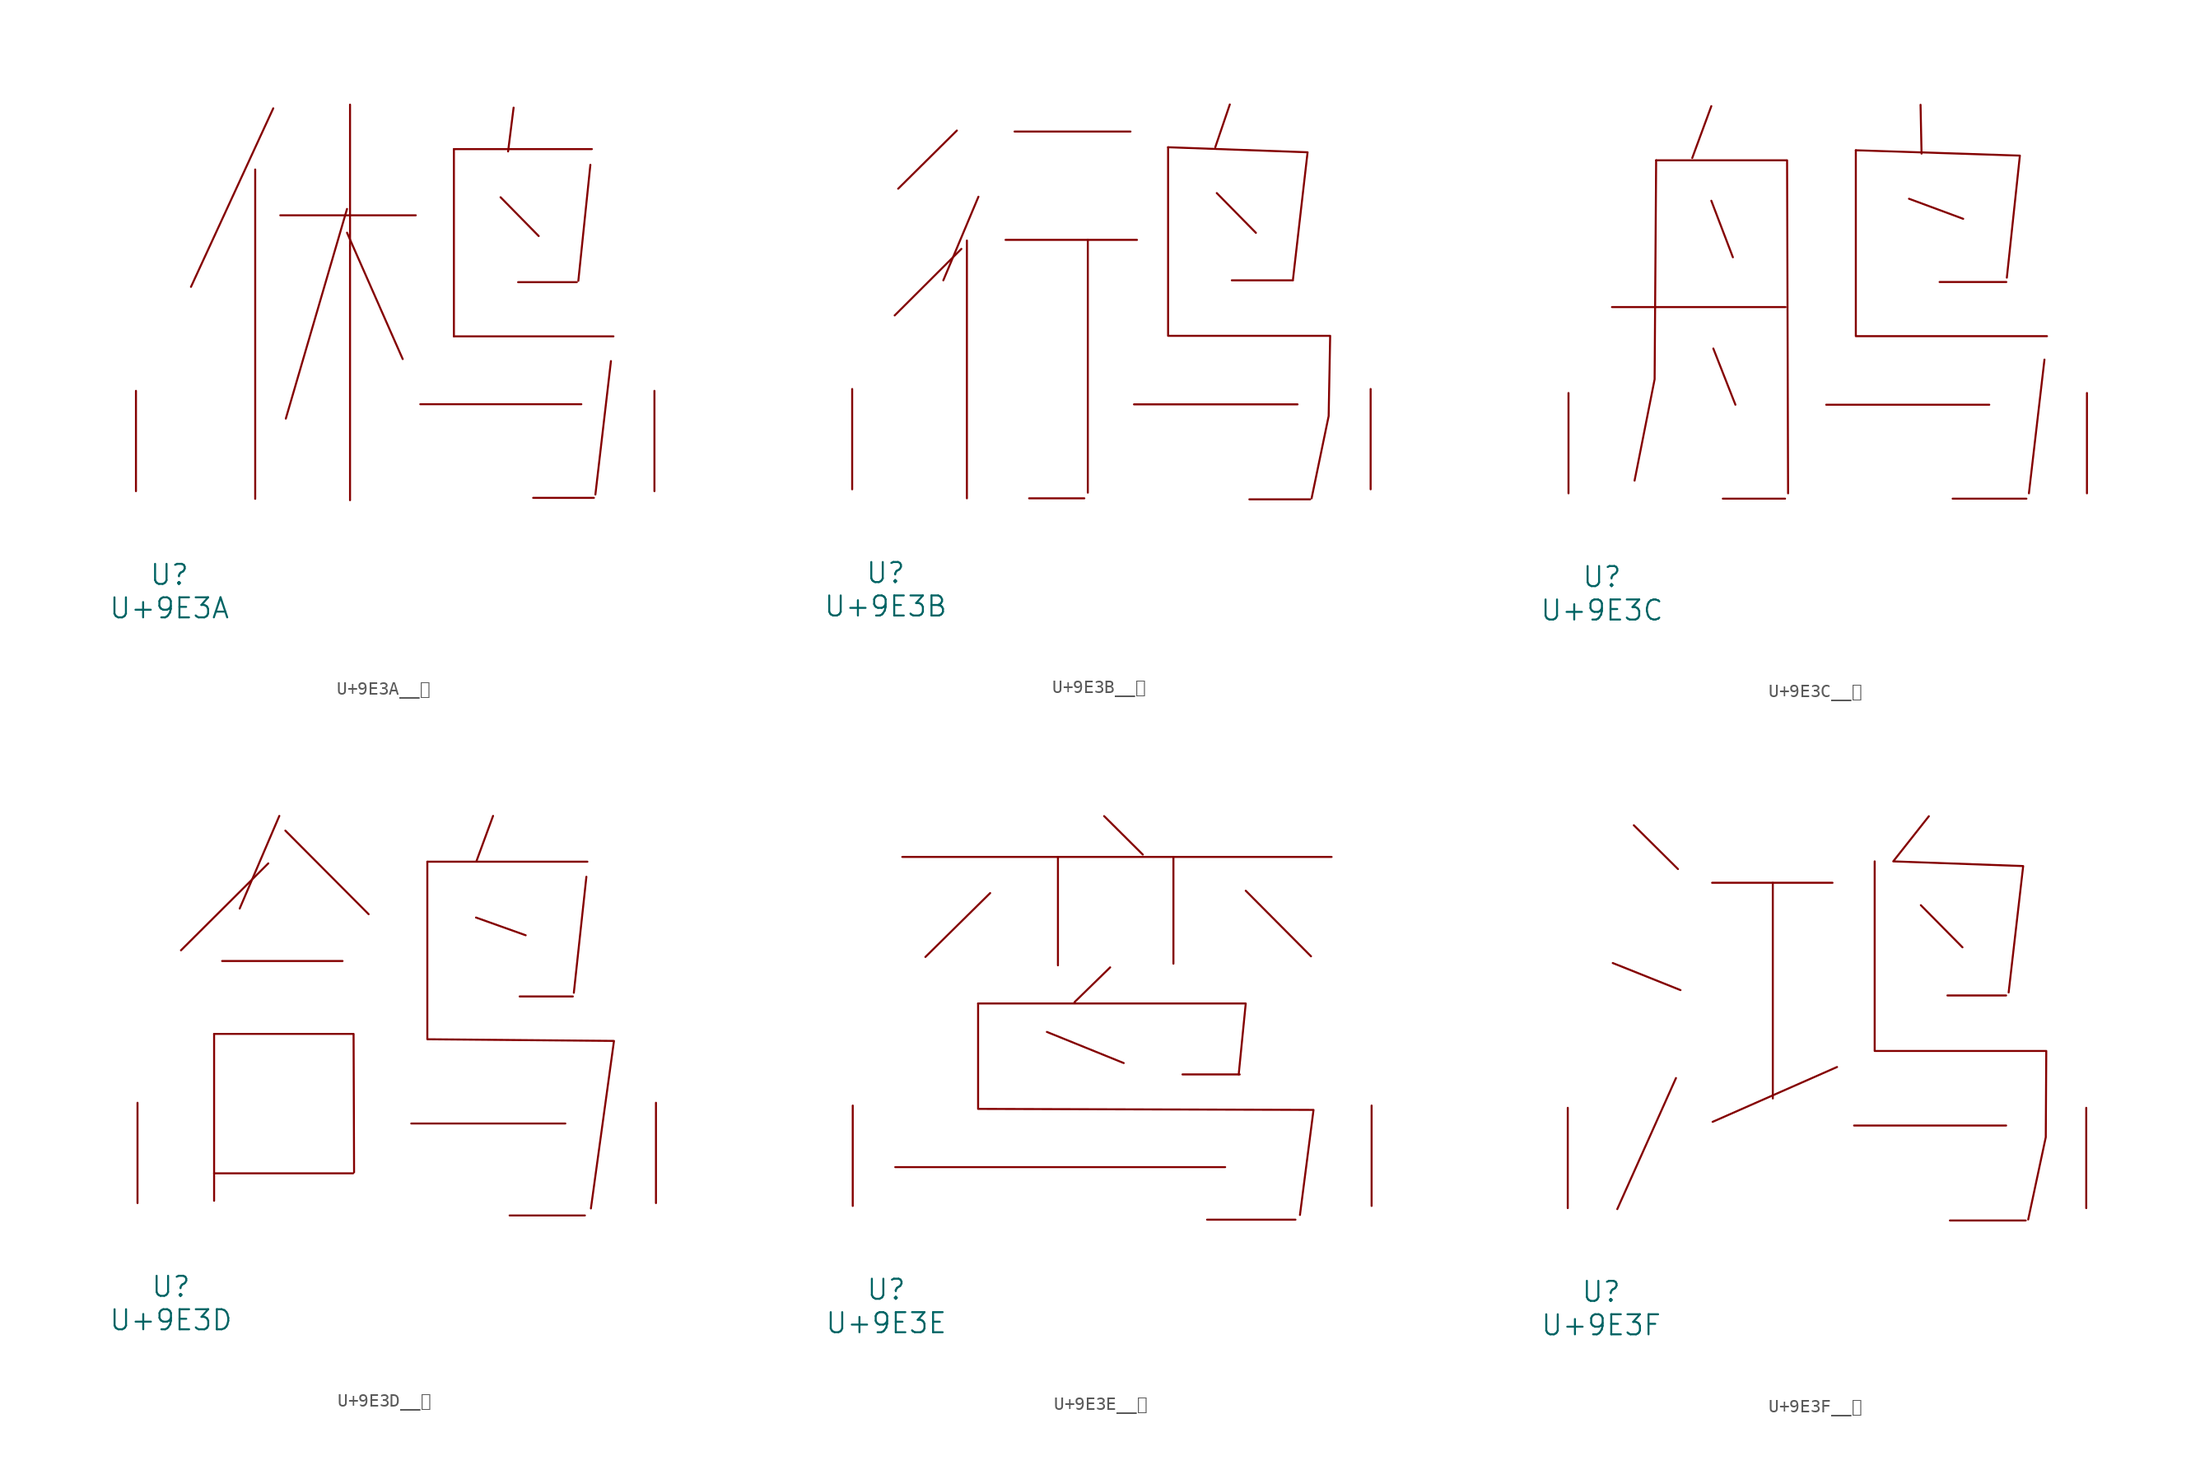
<source format=kicad_sym>
(kicad_symbol_lib
  (version 20231120)
  (generator "kicad_symbol_editor")
  (generator_version "8.0")
  (symbol "U+9E3A__鸺"
    (pin_names
      (offset 1.016))
    (property "Reference" "U"
      (at 0 -6.35 0)
      (effects (font (size 1.524 1.524))))
    (property "Value" "U+9E3A"
      (at 0 -8.89 0)
      (effects (font (size 1.524 1.524))))
    (symbol "U+9E3A__鸺_0_1"
      (polyline (pts (xy 6.515 24.435) (xy 6.515 -0.584)) (stroke (width 0) (type solid)) (fill (type none)))
      (polyline (pts (xy 7.887 29.083) (xy 1.638 15.519)) (stroke (width 0) (type solid)) (fill (type none)))
      (polyline (pts (xy 8.42 20.955) (xy 18.707 20.955)) (stroke (width 0) (type solid)) (fill (type none)))
      (polyline (pts (xy 13.487 19.634) (xy 17.716 10.033)) (stroke (width 0) (type solid)) (fill (type none)))
      (polyline (pts (xy 13.487 21.438) (xy 8.839 5.512)) (stroke (width 0) (type solid)) (fill (type none)))
      (polyline (pts (xy 13.716 29.362) (xy 13.716 -0.686)) (stroke (width 0) (type solid)) (fill (type none)))
      (polyline (pts (xy 19.05 6.604) (xy 31.28 6.604)) (stroke (width 0) (type solid)) (fill (type none)))
      (polyline (pts (xy 21.603 11.76) (xy 33.718 11.76)) (stroke (width 0) (type solid)) (fill (type none)))
      (polyline (pts (xy 21.603 25.984) (xy 21.603 11.76)) (stroke (width 0) (type solid)) (fill (type none)))
      (polyline (pts (xy 21.603 25.984) (xy 32.08 25.984)) (stroke (width 0) (type solid)) (fill (type none)))
      (polyline (pts (xy 25.146 22.327) (xy 28.042 19.38)) (stroke (width 0) (type solid)) (fill (type none)))
      (polyline (pts (xy 26.137 29.134) (xy 25.718 25.806)) (stroke (width 0) (type solid)) (fill (type none)))
      (polyline (pts (xy 26.48 15.875) (xy 30.937 15.875)) (stroke (width 0) (type solid)) (fill (type none)))
      (polyline (pts (xy 27.622 -0.508) (xy 32.233 -0.508)) (stroke (width 0) (type solid)) (fill (type none)))
      (polyline (pts (xy 31.966 24.79) (xy 31.052 15.977)) (stroke (width 0) (type solid)) (fill (type none)))
      (polyline (pts (xy 33.528 9.881) (xy 32.347 -0.254)) (stroke (width 0) (type solid)) (fill (type none)))
      (pin input line (at -2.54 0 90) (length 7.62) (name "~" (effects (font (size 1.27 1.27)))) (number "~" (effects (font (size 1.27 1.27)))))
      (pin input line (at 36.83 0 90) (length 7.62) (name "~" (effects (font (size 1.27 1.27)))) (number "~" (effects (font (size 1.27 1.27)))))))
  (symbol "U+9E3B__鸻"
    (pin_names
      (offset 1.016))
    (property "Reference" "U"
      (at 0 -6.35 0)
      (effects (font (size 1.524 1.524))))
    (property "Value" "U+9E3B"
      (at 0 -8.89 0)
      (effects (font (size 1.524 1.524))))
    (symbol "U+9E3B__鸻_0_1"
      (polyline (pts (xy 5.41 27.254) (xy 0.953 22.835)) (stroke (width 0) (type solid)) (fill (type none)))
      (polyline (pts (xy 5.753 18.263) (xy 0.686 13.208)) (stroke (width 0) (type solid)) (fill (type none)))
      (polyline (pts (xy 6.172 18.898) (xy 6.172 -0.686)) (stroke (width 0) (type solid)) (fill (type none)))
      (polyline (pts (xy 7.048 22.225) (xy 4.381 15.875)) (stroke (width 0) (type solid)) (fill (type none)))
      (polyline (pts (xy 9.106 18.948) (xy 19.088 18.948)) (stroke (width 0) (type solid)) (fill (type none)))
      (polyline (pts (xy 9.792 27.178) (xy 18.593 27.178)) (stroke (width 0) (type solid)) (fill (type none)))
      (polyline (pts (xy 10.897 -0.686) (xy 15.088 -0.686)) (stroke (width 0) (type solid)) (fill (type none)))
      (polyline (pts (xy 15.354 18.948) (xy 15.354 -0.254)) (stroke (width 0) (type solid)) (fill (type none)))
      (polyline (pts (xy 18.86 6.452) (xy 31.28 6.452)) (stroke (width 0) (type solid)) (fill (type none)))
      (polyline (pts (xy 25.146 22.504) (xy 28.118 19.482)) (stroke (width 0) (type solid)) (fill (type none)))
      (polyline (pts (xy 26.137 29.235) (xy 25.032 25.984)) (stroke (width 0) (type solid)) (fill (type none)))
      (polyline (pts (xy 26.289 15.875) (xy 30.937 15.875)) (stroke (width 0) (type solid)) (fill (type none)))
      (polyline (pts (xy 27.622 -0.762) (xy 32.233 -0.762)) (stroke (width 0) (type solid)) (fill (type none)))
      (polyline (pts (xy 21.45 25.984) (xy 32.042 25.603) (xy 30.937 15.977)) (stroke (width 0) (type solid)) (fill (type none)))
      (polyline (pts (xy 21.45 25.984) (xy 21.45 11.659) (xy 33.757 11.659) (xy 33.642 5.563) (xy 32.347 -0.686)) (stroke (width 0) (type solid)) (fill (type none)))
      (pin input line (at -2.54 0 90) (length 7.62) (name "~" (effects (font (size 1.27 1.27)))) (number "~" (effects (font (size 1.27 1.27)))))
      (pin input line (at 36.83 0 90) (length 7.62) (name "~" (effects (font (size 1.27 1.27)))) (number "~" (effects (font (size 1.27 1.27)))))))
  (symbol "U+9E3C__鸼"
    (pin_names
      (offset 1.016))
    (property "Reference" "U"
      (at 0 -6.35 0)
      (effects (font (size 1.524 1.524))))
    (property "Value" "U+9E3C"
      (at 0 -8.89 0)
      (effects (font (size 1.524 1.524))))
    (symbol "U+9E3C__鸼_0_1"
      (polyline (pts (xy 0.762 14.148) (xy 13.945 14.148)) (stroke (width 0) (type solid)) (fill (type none)))
      (polyline (pts (xy 8.306 22.225) (xy 9.944 17.932)) (stroke (width 0) (type solid)) (fill (type none)))
      (polyline (pts (xy 8.306 29.413) (xy 6.858 25.476)) (stroke (width 0) (type solid)) (fill (type none)))
      (polyline (pts (xy 8.458 10.998) (xy 10.135 6.731)) (stroke (width 0) (type solid)) (fill (type none)))
      (polyline (pts (xy 9.182 -0.406) (xy 13.906 -0.406)) (stroke (width 0) (type solid)) (fill (type none)))
      (polyline (pts (xy 17.031 6.731) (xy 29.413 6.731)) (stroke (width 0) (type solid)) (fill (type none)))
      (polyline (pts (xy 19.279 11.938) (xy 33.795 11.938)) (stroke (width 0) (type solid)) (fill (type none)))
      (polyline (pts (xy 19.279 26.06) (xy 19.279 11.989)) (stroke (width 0) (type solid)) (fill (type none)))
      (polyline (pts (xy 23.317 22.377) (xy 27.432 20.853)) (stroke (width 0) (type solid)) (fill (type none)))
      (polyline (pts (xy 24.194 29.515) (xy 24.27 25.806)) (stroke (width 0) (type solid)) (fill (type none)))
      (polyline (pts (xy 25.641 16.053) (xy 30.709 16.053)) (stroke (width 0) (type solid)) (fill (type none)))
      (polyline (pts (xy 26.632 -0.406) (xy 32.233 -0.406)) (stroke (width 0) (type solid)) (fill (type none)))
      (polyline (pts (xy 33.604 10.16) (xy 32.423 0)) (stroke (width 0) (type solid)) (fill (type none)))
      (polyline (pts (xy 4.115 25.298) (xy 4 8.661) (xy 2.477 0.965)) (stroke (width 0) (type solid)) (fill (type none)))
      (polyline (pts (xy 4.115 25.298) (xy 14.059 25.298) (xy 14.135 0)) (stroke (width 0) (type solid)) (fill (type none)))
      (polyline (pts (xy 19.279 26.06) (xy 31.737 25.654) (xy 30.747 16.383)) (stroke (width 0) (type solid)) (fill (type none)))
      (pin input line (at -2.54 0 90) (length 7.62) (name "~" (effects (font (size 1.27 1.27)))) (number "~" (effects (font (size 1.27 1.27)))))
      (pin input line (at 36.83 0 90) (length 7.62) (name "~" (effects (font (size 1.27 1.27)))) (number "~" (effects (font (size 1.27 1.27)))))))
  (symbol "U+9E3D__鸽"
    (pin_names
      (offset 1.016))
    (property "Reference" "U"
      (at 0 -6.35 0)
      (effects (font (size 1.524 1.524))))
    (property "Value" "U+9E3D"
      (at 0 -8.89 0)
      (effects (font (size 1.524 1.524))))
    (symbol "U+9E3D__鸽_0_1"
      (polyline (pts (xy 3.277 2.261) (xy 13.83 2.261)) (stroke (width 0) (type solid)) (fill (type none)))
      (polyline (pts (xy 3.277 12.852) (xy 3.277 0.178)) (stroke (width 0) (type solid)) (fill (type none)))
      (polyline (pts (xy 3.886 18.39) (xy 13.03 18.39)) (stroke (width 0) (type solid)) (fill (type none)))
      (polyline (pts (xy 7.391 25.806) (xy 0.762 19.202)) (stroke (width 0) (type solid)) (fill (type none)))
      (polyline (pts (xy 8.23 29.413) (xy 5.22 22.377)) (stroke (width 0) (type solid)) (fill (type none)))
      (polyline (pts (xy 8.687 28.296) (xy 15.011 21.946)) (stroke (width 0) (type solid)) (fill (type none)))
      (polyline (pts (xy 18.25 6.045) (xy 29.947 6.045)) (stroke (width 0) (type solid)) (fill (type none)))
      (polyline (pts (xy 19.469 25.933) (xy 31.623 25.933)) (stroke (width 0) (type solid)) (fill (type none)))
      (polyline (pts (xy 23.165 21.692) (xy 26.937 20.345)) (stroke (width 0) (type solid)) (fill (type none)))
      (polyline (pts (xy 24.46 29.413) (xy 23.203 25.984)) (stroke (width 0) (type solid)) (fill (type none)))
      (polyline (pts (xy 25.718 -0.94) (xy 31.433 -0.94)) (stroke (width 0) (type solid)) (fill (type none)))
      (polyline (pts (xy 26.48 15.697) (xy 30.518 15.697)) (stroke (width 0) (type solid)) (fill (type none)))
      (polyline (pts (xy 31.547 24.79) (xy 30.594 15.977)) (stroke (width 0) (type solid)) (fill (type none)))
      (polyline (pts (xy 3.277 12.852) (xy 13.868 12.852) (xy 13.906 2.337)) (stroke (width 0) (type solid)) (fill (type none)))
      (polyline (pts (xy 19.469 25.933) (xy 19.469 12.446) (xy 33.642 12.319) (xy 31.89 -0.406)) (stroke (width 0) (type solid)) (fill (type none)))
      (pin input line (at -2.54 0 90) (length 7.62) (name "~" (effects (font (size 1.27 1.27)))) (number "~" (effects (font (size 1.27 1.27)))))
      (pin input line (at 36.83 0 90) (length 7.62) (name "~" (effects (font (size 1.27 1.27)))) (number "~" (effects (font (size 1.27 1.27)))))))
  (symbol "U+9E3E__鸾"
    (pin_names
      (offset 1.016))
    (property "Reference" "U"
      (at 0 -6.35 0)
      (effects (font (size 1.524 1.524))))
    (property "Value" "U+9E3E"
      (at 0 -8.89 0)
      (effects (font (size 1.524 1.524))))
    (symbol "U+9E3E__鸾_0_1"
      (polyline (pts (xy 0.686 2.946) (xy 25.718 2.946)) (stroke (width 0) (type solid)) (fill (type none)))
      (polyline (pts (xy 1.219 26.492) (xy 33.795 26.492)) (stroke (width 0) (type solid)) (fill (type none)))
      (polyline (pts (xy 7.887 23.749) (xy 2.972 18.898)) (stroke (width 0) (type solid)) (fill (type none)))
      (polyline (pts (xy 12.192 13.208) (xy 18.021 10.846)) (stroke (width 0) (type solid)) (fill (type none)))
      (polyline (pts (xy 13.03 26.492) (xy 13.03 18.263)) (stroke (width 0) (type solid)) (fill (type none)))
      (polyline (pts (xy 16.535 29.591) (xy 19.469 26.67)) (stroke (width 0) (type solid)) (fill (type none)))
      (polyline (pts (xy 16.993 18.11) (xy 14.287 15.469)) (stroke (width 0) (type solid)) (fill (type none)))
      (polyline (pts (xy 21.793 26.492) (xy 21.793 18.39)) (stroke (width 0) (type solid)) (fill (type none)))
      (polyline (pts (xy 22.479 9.982) (xy 26.822 9.982)) (stroke (width 0) (type solid)) (fill (type none)))
      (polyline (pts (xy 24.346 -1.041) (xy 31.052 -1.041)) (stroke (width 0) (type solid)) (fill (type none)))
      (polyline (pts (xy 27.28 23.927) (xy 32.233 18.948)) (stroke (width 0) (type solid)) (fill (type none)))
      (polyline (pts (xy 6.972 15.367) (xy 27.28 15.367) (xy 26.746 9.982)) (stroke (width 0) (type solid)) (fill (type none)))
      (polyline (pts (xy 6.972 15.367) (xy 6.972 7.366) (xy 32.423 7.29) (xy 31.394 -0.686)) (stroke (width 0) (type solid)) (fill (type none)))
      (pin input line (at -2.54 0 90) (length 7.62) (name "~" (effects (font (size 1.27 1.27)))) (number "~" (effects (font (size 1.27 1.27)))))
      (pin input line (at 36.83 0 90) (length 7.62) (name "~" (effects (font (size 1.27 1.27)))) (number "~" (effects (font (size 1.27 1.27)))))))
  (symbol "U+9E3F__鸿"
    (pin_names
      (offset 1.016))
    (property "Reference" "U"
      (at 0 -6.35 0)
      (effects (font (size 1.524 1.524))))
    (property "Value" "U+9E3F"
      (at 0 -8.89 0)
      (effects (font (size 1.524 1.524))))
    (symbol "U+9E3F__鸿_0_1"
      (polyline (pts (xy 0.876 18.618) (xy 6.02 16.561)) (stroke (width 0) (type solid)) (fill (type none)))
      (polyline (pts (xy 2.477 29.083) (xy 5.829 25.756)) (stroke (width 0) (type solid)) (fill (type none)))
      (polyline (pts (xy 5.677 9.881) (xy 1.219 -0.076)) (stroke (width 0) (type solid)) (fill (type none)))
      (polyline (pts (xy 8.42 24.714) (xy 17.564 24.714)) (stroke (width 0) (type solid)) (fill (type none)))
      (polyline (pts (xy 13.03 24.714) (xy 13.03 8.331)) (stroke (width 0) (type solid)) (fill (type none)))
      (polyline (pts (xy 17.907 10.719) (xy 8.458 6.553)) (stroke (width 0) (type solid)) (fill (type none)))
      (polyline (pts (xy 19.202 6.274) (xy 30.747 6.274)) (stroke (width 0) (type solid)) (fill (type none)))
      (polyline (pts (xy 24.27 23.012) (xy 27.432 19.812)) (stroke (width 0) (type solid)) (fill (type none)))
      (polyline (pts (xy 26.289 16.154) (xy 30.747 16.154)) (stroke (width 0) (type solid)) (fill (type none)))
      (polyline (pts (xy 26.48 -0.94) (xy 32.233 -0.94)) (stroke (width 0) (type solid)) (fill (type none)))
      (polyline (pts (xy 24.879 29.769) (xy 22.174 26.34) (xy 32.042 25.984) (xy 30.937 16.383)) (stroke (width 0) (type solid)) (fill (type none)))
      (polyline (pts (xy 20.765 26.34) (xy 20.765 11.938) (xy 33.795 11.938) (xy 33.757 5.385) (xy 32.423 -0.864)) (stroke (width 0) (type solid)) (fill (type none)))
      (pin input line (at -2.54 0 90) (length 7.62) (name "~" (effects (font (size 1.27 1.27)))) (number "~" (effects (font (size 1.27 1.27)))))
      (pin input line (at 36.83 0 90) (length 7.62) (name "~" (effects (font (size 1.27 1.27)))) (number "~" (effects (font (size 1.27 1.27))))))))
</source>
